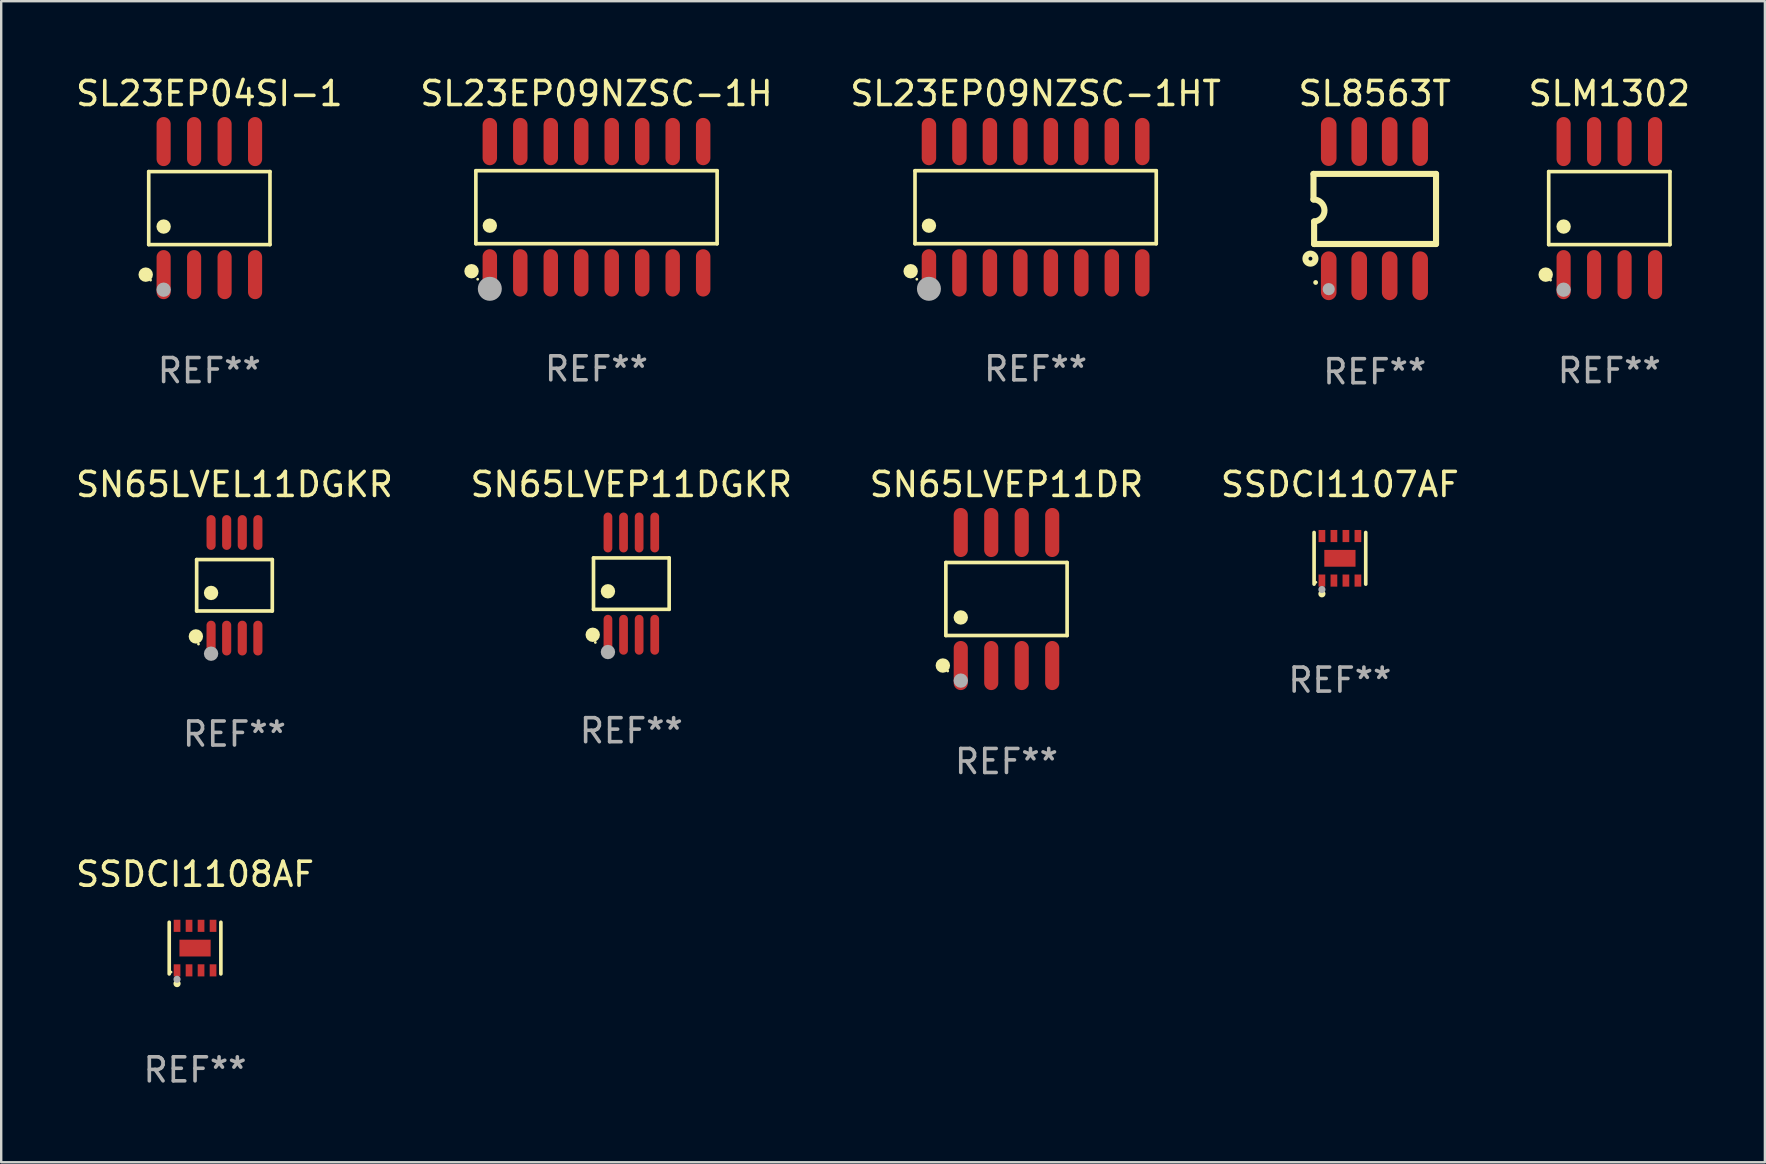
<source format=kicad_pcb>
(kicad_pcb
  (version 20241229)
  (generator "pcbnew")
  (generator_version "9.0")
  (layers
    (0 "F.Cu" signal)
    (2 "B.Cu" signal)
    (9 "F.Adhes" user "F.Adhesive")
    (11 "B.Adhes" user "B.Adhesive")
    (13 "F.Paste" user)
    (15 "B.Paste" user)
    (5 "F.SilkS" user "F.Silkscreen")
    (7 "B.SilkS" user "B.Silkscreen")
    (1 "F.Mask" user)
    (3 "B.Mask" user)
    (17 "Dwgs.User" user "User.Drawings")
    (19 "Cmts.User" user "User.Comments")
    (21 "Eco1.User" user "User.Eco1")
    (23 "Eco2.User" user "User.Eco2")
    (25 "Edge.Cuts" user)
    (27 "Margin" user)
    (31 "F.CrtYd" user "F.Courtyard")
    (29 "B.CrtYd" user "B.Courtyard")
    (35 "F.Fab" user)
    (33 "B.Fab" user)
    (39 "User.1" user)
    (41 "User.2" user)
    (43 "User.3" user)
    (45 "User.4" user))
  (footprint "SL8563T"
    (layer "F.Cu")
    (at 54.232 5.644)
    (property "Reference" "SL8563T" (at 0 -4.796 0) (layer "F.SilkS") (effects (font (size 1 1) (thickness 0.15))))
    (attr through_hole)
    (fp_line (start -2.553 -1.448) (end 2.553 -1.448) (stroke (width 0.254) (type solid)) (layer "F.SilkS"))
    (fp_line (start -2.553 -0.382) (end -2.553 -1.448) (stroke (width 0.254) (type solid)) (layer "F.SilkS"))
    (fp_line (start -2.527 1.473) (end -2.527 0.533) (stroke (width 0.254) (type solid)) (layer "F.SilkS"))
    (fp_line (start -2.502 1.473) (end -2.527 1.473) (stroke (width 0.254) (type solid)) (layer "F.SilkS"))
    (fp_line (start 2.553 -1.448) (end 2.553 1.473) (stroke (width 0.254) (type solid)) (layer "F.SilkS"))
    (fp_line (start 2.553 1.473) (end -2.502 1.473) (stroke (width 0.254) (type solid)) (layer "F.SilkS"))
    (fp_arc (start -2.552705 -0.381966) (mid -2.094969 0.063238) (end -2.527305 0.533147) (stroke (width 0.254001) (type solid)) (layer "F.SilkS"))
    (fp_circle (center -2.68 2.083) (end -2.599 2.083) (stroke (width 0.254) (type solid)) (fill no) (layer "F.SilkS"))
    (fp_circle (center -2.463 3.076) (end -2.413 3.076) (stroke (width 0.1) (type solid)) (fill no) (layer "F.SilkS"))
    (fp_circle (center -1.918 3.353) (end -1.791 3.353) (stroke (width 0.254) (type solid)) (fill no) (layer "F.Fab"))
    (fp_text user "REF**" (at 0 6.796 0) (layer "F.Fab") (effects (font (size 1 1) (thickness 0.15))))
    (pad "1" smd oval (at -1.918 2.796) (size 0.65 2.032) (layers "F.Cu" "F.Mask" "F.Paste"))
    (pad "2" smd oval (at -0.648 2.796) (size 0.65 2.032) (layers "F.Cu" "F.Mask" "F.Paste"))
    (pad "3" smd oval (at 0.622 2.796) (size 0.65 2.032) (layers "F.Cu" "F.Mask" "F.Paste"))
    (pad "4" smd oval (at 1.892 2.796) (size 0.65 2.032) (layers "F.Cu" "F.Mask" "F.Paste"))
    (pad "5" smd oval (at 1.892 -2.796) (size 0.65 2.032) (layers "F.Cu" "F.Mask" "F.Paste"))
    (pad "6" smd oval (at 0.622 -2.796) (size 0.65 2.032) (layers "F.Cu" "F.Mask" "F.Paste"))
    (pad "7" smd oval (at -0.648 -2.796) (size 0.65 2.032) (layers "F.Cu" "F.Mask" "F.Paste"))
    (pad "8" smd oval (at -1.918 -2.796) (size 0.65 2.032) (layers "F.Cu" "F.Mask" "F.Paste")))
  (footprint "SSDCI1107AF"
    (layer "F.Cu")
    (at 52.78 20.213)
    (property "Reference" "SSDCI1107AF" (at 0 -3.076 0) (layer "F.SilkS") (effects (font (size 1 1) (thickness 0.15))))
    (attr through_hole)
    (fp_line (start -1.076 1.076) (end -1.076 -1.076) (stroke (width 0.152) (type solid)) (layer "F.SilkS"))
    (fp_line (start 1.076 1.076) (end 1.076 -1.076) (stroke (width 0.152) (type solid)) (layer "F.SilkS"))
    (fp_circle (center -1 1) (end -0.97 1) (stroke (width 0.06) (type solid)) (fill no) (layer "F.SilkS"))
    (fp_circle (center -0.75 1.48) (end -0.675 1.48) (stroke (width 0.15) (type solid)) (fill no) (layer "F.SilkS"))
    (fp_circle (center -0.75 1.3) (end -0.675 1.3) (stroke (width 0.15) (type solid)) (fill no) (layer "F.Fab"))
    (fp_text user "REF**" (at 0 5.076 0) (layer "F.Fab") (effects (font (size 1 1) (thickness 0.15))))
    (pad "1" smd rect (at -0.75 0.928) (size 0.28 0.505) (layers "F.Cu" "F.Mask" "F.Paste"))
    (pad "2" smd rect (at -0.25 0.928) (size 0.28 0.505) (layers "F.Cu" "F.Mask" "F.Paste"))
    (pad "3" smd rect (at 0.25 0.928) (size 0.28 0.505) (layers "F.Cu" "F.Mask" "F.Paste"))
    (pad "4" smd rect (at 0.75 0.928) (size 0.28 0.505) (layers "F.Cu" "F.Mask" "F.Paste"))
    (pad "5" smd rect (at 0.75 -0.928) (size 0.28 0.505) (layers "F.Cu" "F.Mask" "F.Paste"))
    (pad "6" smd rect (at 0.25 -0.928) (size 0.28 0.505) (layers "F.Cu" "F.Mask" "F.Paste"))
    (pad "7" smd rect (at -0.25 -0.928) (size 0.28 0.505) (layers "F.Cu" "F.Mask" "F.Paste"))
    (pad "8" smd rect (at -0.75 -0.928) (size 0.28 0.505) (layers "F.Cu" "F.Mask" "F.Paste"))
    (pad "9" smd rect (at 0 0) (size 1.3 0.7) (layers "F.Cu" "F.Mask" "F.Paste")))
  (footprint "SN65LVEP11DR"
    (layer "F.Cu")
    (at 38.887 21.909)
    (property "Reference" "SN65LVEP11DR" (at 0 -4.772 0) (layer "F.SilkS") (effects (font (size 1 1) (thickness 0.15))))
    (attr through_hole)
    (fp_line (start -2.526 -1.521) (end 2.526 -1.521) (stroke (width 0.152) (type solid)) (layer "F.SilkS"))
    (fp_line (start -2.526 1.521) (end -2.526 -1.521) (stroke (width 0.152) (type solid)) (layer "F.SilkS"))
    (fp_line (start 2.526 -1.521) (end 2.526 1.521) (stroke (width 0.152) (type solid)) (layer "F.SilkS"))
    (fp_line (start 2.526 1.521) (end -2.526 1.521) (stroke (width 0.152) (type solid)) (layer "F.SilkS"))
    (fp_circle (center -2.652 2.772) (end -2.501 2.772) (stroke (width 0.3) (type solid)) (fill no) (layer "F.SilkS"))
    (fp_circle (center -2.45 3) (end -2.42 3) (stroke (width 0.06) (type solid)) (fill no) (layer "F.SilkS"))
    (fp_circle (center -1.905 0.769) (end -1.755 0.769) (stroke (width 0.3) (type solid)) (fill no) (layer "F.SilkS"))
    (fp_circle (center -1.905 3.4) (end -1.755 3.4) (stroke (width 0.3) (type solid)) (fill no) (layer "F.Fab"))
    (fp_text user "REF**" (at 0 6.772 0) (layer "F.Fab") (effects (font (size 1 1) (thickness 0.15))))
    (pad "1" smd oval (at -1.905 2.772) (size 0.588 2.045) (layers "F.Cu" "F.Mask" "F.Paste"))
    (pad "2" smd oval (at -0.635 2.772) (size 0.588 2.045) (layers "F.Cu" "F.Mask" "F.Paste"))
    (pad "3" smd oval (at 0.635 2.772) (size 0.588 2.045) (layers "F.Cu" "F.Mask" "F.Paste"))
    (pad "4" smd oval (at 1.905 2.772) (size 0.588 2.045) (layers "F.Cu" "F.Mask" "F.Paste"))
    (pad "5" smd oval (at 1.905 -2.772) (size 0.588 2.045) (layers "F.Cu" "F.Mask" "F.Paste"))
    (pad "6" smd oval (at 0.635 -2.772) (size 0.588 2.045) (layers "F.Cu" "F.Mask" "F.Paste"))
    (pad "7" smd oval (at -0.635 -2.772) (size 0.588 2.045) (layers "F.Cu" "F.Mask" "F.Paste"))
    (pad "8" smd oval (at -1.905 -2.772) (size 0.588 2.045) (layers "F.Cu" "F.Mask" "F.Paste")))
  (footprint "SL23EP09NZSC-1HT"
    (layer "F.Cu")
    (at 40.101 5.584)
    (property "Reference" "SL23EP09NZSC-1HT" (at 0 -4.736 0) (layer "F.SilkS") (effects (font (size 1 1) (thickness 0.15))))
    (attr through_hole)
    (fp_line (start -5.026 -1.521) (end 5.026 -1.521) (stroke (width 0.152) (type solid)) (layer "F.SilkS"))
    (fp_line (start -5.026 1.521) (end -5.026 -1.521) (stroke (width 0.152) (type solid)) (layer "F.SilkS"))
    (fp_line (start 5.026 -1.521) (end 5.026 1.521) (stroke (width 0.152) (type solid)) (layer "F.SilkS"))
    (fp_line (start 5.026 1.521) (end -5.026 1.521) (stroke (width 0.152) (type solid)) (layer "F.SilkS"))
    (fp_circle (center -5.207 2.667) (end -5.057 2.667) (stroke (width 0.3) (type solid)) (fill no) (layer "F.SilkS"))
    (fp_circle (center -4.95 3) (end -4.92 3) (stroke (width 0.06) (type solid)) (fill no) (layer "F.SilkS"))
    (fp_circle (center -4.445 0.769) (end -4.295 0.769) (stroke (width 0.3) (type solid)) (fill no) (layer "F.SilkS"))
    (fp_circle (center -4.445 3.4) (end -4.195 3.4) (stroke (width 0.5) (type solid)) (fill no) (layer "F.Fab"))
    (fp_text user "REF**" (at 0 6.736 0) (layer "F.Fab") (effects (font (size 1 1) (thickness 0.15))))
    (pad "1" smd oval (at -4.445 2.736) (size 0.602 1.971) (layers "F.Cu" "F.Mask" "F.Paste"))
    (pad "2" smd oval (at -3.175 2.736) (size 0.602 1.971) (layers "F.Cu" "F.Mask" "F.Paste"))
    (pad "3" smd oval (at -1.905 2.736) (size 0.602 1.971) (layers "F.Cu" "F.Mask" "F.Paste"))
    (pad "4" smd oval (at -0.635 2.736) (size 0.602 1.971) (layers "F.Cu" "F.Mask" "F.Paste"))
    (pad "5" smd oval (at 0.635 2.736) (size 0.602 1.971) (layers "F.Cu" "F.Mask" "F.Paste"))
    (pad "6" smd oval (at 1.905 2.736) (size 0.602 1.971) (layers "F.Cu" "F.Mask" "F.Paste"))
    (pad "7" smd oval (at 3.175 2.736) (size 0.602 1.971) (layers "F.Cu" "F.Mask" "F.Paste"))
    (pad "8" smd oval (at 4.445 2.736) (size 0.602 1.971) (layers "F.Cu" "F.Mask" "F.Paste"))
    (pad "9" smd oval (at 4.445 -2.736) (size 0.602 1.971) (layers "F.Cu" "F.Mask" "F.Paste"))
    (pad "10" smd oval (at 3.175 -2.736) (size 0.602 1.971) (layers "F.Cu" "F.Mask" "F.Paste"))
    (pad "11" smd oval (at 1.905 -2.736) (size 0.602 1.971) (layers "F.Cu" "F.Mask" "F.Paste"))
    (pad "12" smd oval (at 0.635 -2.736) (size 0.602 1.971) (layers "F.Cu" "F.Mask" "F.Paste"))
    (pad "13" smd oval (at -0.635 -2.736) (size 0.602 1.971) (layers "F.Cu" "F.Mask" "F.Paste"))
    (pad "14" smd oval (at -1.905 -2.736) (size 0.602 1.971) (layers "F.Cu" "F.Mask" "F.Paste"))
    (pad "15" smd oval (at -3.175 -2.736) (size 0.602 1.971) (layers "F.Cu" "F.Mask" "F.Paste"))
    (pad "16" smd oval (at -4.445 -2.736) (size 0.602 1.971) (layers "F.Cu" "F.Mask" "F.Paste")))
  (footprint "SLM1302"
    (layer "F.Cu")
    (at 64.006 5.621)
    (property "Reference" "SLM1302" (at 0 -4.772 0) (layer "F.SilkS") (effects (font (size 1 1) (thickness 0.15))))
    (attr through_hole)
    (fp_line (start -2.526 -1.521) (end 2.526 -1.521) (stroke (width 0.152) (type solid)) (layer "F.SilkS"))
    (fp_line (start -2.526 1.521) (end -2.526 -1.521) (stroke (width 0.152) (type solid)) (layer "F.SilkS"))
    (fp_line (start 2.526 -1.521) (end 2.526 1.521) (stroke (width 0.152) (type solid)) (layer "F.SilkS"))
    (fp_line (start 2.526 1.521) (end -2.526 1.521) (stroke (width 0.152) (type solid)) (layer "F.SilkS"))
    (fp_circle (center -2.652 2.772) (end -2.501 2.772) (stroke (width 0.3) (type solid)) (fill no) (layer "F.SilkS"))
    (fp_circle (center -2.45 3) (end -2.42 3) (stroke (width 0.06) (type solid)) (fill no) (layer "F.SilkS"))
    (fp_circle (center -1.905 0.769) (end -1.755 0.769) (stroke (width 0.3) (type solid)) (fill no) (layer "F.SilkS"))
    (fp_circle (center -1.905 3.4) (end -1.755 3.4) (stroke (width 0.3) (type solid)) (fill no) (layer "F.Fab"))
    (fp_text user "REF**" (at 0 6.772 0) (layer "F.Fab") (effects (font (size 1 1) (thickness 0.15))))
    (pad "1" smd oval (at -1.905 2.772) (size 0.588 2.045) (layers "F.Cu" "F.Mask" "F.Paste"))
    (pad "2" smd oval (at -0.635 2.772) (size 0.588 2.045) (layers "F.Cu" "F.Mask" "F.Paste"))
    (pad "3" smd oval (at 0.635 2.772) (size 0.588 2.045) (layers "F.Cu" "F.Mask" "F.Paste"))
    (pad "4" smd oval (at 1.905 2.772) (size 0.588 2.045) (layers "F.Cu" "F.Mask" "F.Paste"))
    (pad "5" smd oval (at 1.905 -2.772) (size 0.588 2.045) (layers "F.Cu" "F.Mask" "F.Paste"))
    (pad "6" smd oval (at 0.635 -2.772) (size 0.588 2.045) (layers "F.Cu" "F.Mask" "F.Paste"))
    (pad "7" smd oval (at -0.635 -2.772) (size 0.588 2.045) (layers "F.Cu" "F.Mask" "F.Paste"))
    (pad "8" smd oval (at -1.905 -2.772) (size 0.588 2.045) (layers "F.Cu" "F.Mask" "F.Paste")))
  (footprint "SL23EP04SI-1"
    (layer "F.Cu")
    (at 5.673 5.621)
    (property "Reference" "SL23EP04SI-1" (at 0 -4.772 0) (layer "F.SilkS") (effects (font (size 1 1) (thickness 0.15))))
    (attr through_hole)
    (fp_line (start -2.526 -1.521) (end 2.526 -1.521) (stroke (width 0.152) (type solid)) (layer "F.SilkS"))
    (fp_line (start -2.526 1.521) (end -2.526 -1.521) (stroke (width 0.152) (type solid)) (layer "F.SilkS"))
    (fp_line (start 2.526 -1.521) (end 2.526 1.521) (stroke (width 0.152) (type solid)) (layer "F.SilkS"))
    (fp_line (start 2.526 1.521) (end -2.526 1.521) (stroke (width 0.152) (type solid)) (layer "F.SilkS"))
    (fp_circle (center -2.652 2.772) (end -2.501 2.772) (stroke (width 0.3) (type solid)) (fill no) (layer "F.SilkS"))
    (fp_circle (center -2.45 3) (end -2.42 3) (stroke (width 0.06) (type solid)) (fill no) (layer "F.SilkS"))
    (fp_circle (center -1.905 0.769) (end -1.755 0.769) (stroke (width 0.3) (type solid)) (fill no) (layer "F.SilkS"))
    (fp_circle (center -1.905 3.4) (end -1.755 3.4) (stroke (width 0.3) (type solid)) (fill no) (layer "F.Fab"))
    (fp_text user "REF**" (at 0 6.772 0) (layer "F.Fab") (effects (font (size 1 1) (thickness 0.15))))
    (pad "1" smd oval (at -1.905 2.772) (size 0.588 2.045) (layers "F.Cu" "F.Mask" "F.Paste"))
    (pad "2" smd oval (at -0.635 2.772) (size 0.588 2.045) (layers "F.Cu" "F.Mask" "F.Paste"))
    (pad "3" smd oval (at 0.635 2.772) (size 0.588 2.045) (layers "F.Cu" "F.Mask" "F.Paste"))
    (pad "4" smd oval (at 1.905 2.772) (size 0.588 2.045) (layers "F.Cu" "F.Mask" "F.Paste"))
    (pad "5" smd oval (at 1.905 -2.772) (size 0.588 2.045) (layers "F.Cu" "F.Mask" "F.Paste"))
    (pad "6" smd oval (at 0.635 -2.772) (size 0.588 2.045) (layers "F.Cu" "F.Mask" "F.Paste"))
    (pad "7" smd oval (at -0.635 -2.772) (size 0.588 2.045) (layers "F.Cu" "F.Mask" "F.Paste"))
    (pad "8" smd oval (at -1.905 -2.772) (size 0.588 2.045) (layers "F.Cu" "F.Mask" "F.Paste")))
  (footprint "SN65LVEP11DGKR"
    (layer "F.Cu")
    (at 23.256 21.268)
    (property "Reference" "SN65LVEP11DGKR" (at 0 -4.131 0) (layer "F.SilkS") (effects (font (size 1 1) (thickness 0.15))))
    (attr through_hole)
    (fp_line (start -1.576 -1.071) (end 1.576 -1.071) (stroke (width 0.152) (type solid)) (layer "F.SilkS"))
    (fp_line (start -1.576 1.071) (end -1.576 -1.071) (stroke (width 0.152) (type solid)) (layer "F.SilkS"))
    (fp_line (start 1.576 -1.071) (end 1.576 1.071) (stroke (width 0.152) (type solid)) (layer "F.SilkS"))
    (fp_line (start 1.576 1.071) (end -1.576 1.071) (stroke (width 0.152) (type solid)) (layer "F.SilkS"))
    (fp_circle (center -1.609 2.131) (end -1.459 2.131) (stroke (width 0.3) (type solid)) (fill no) (layer "F.SilkS"))
    (fp_circle (center -1.5 2.45) (end -1.47 2.45) (stroke (width 0.06) (type solid)) (fill no) (layer "F.SilkS"))
    (fp_circle (center -0.975 0.319) (end -0.825 0.319) (stroke (width 0.3) (type solid)) (fill no) (layer "F.SilkS"))
    (fp_circle (center -0.975 2.85) (end -0.825 2.85) (stroke (width 0.3) (type solid)) (fill no) (layer "F.Fab"))
    (fp_text user "REF**" (at 0 6.131 0) (layer "F.Fab") (effects (font (size 1 1) (thickness 0.15))))
    (pad "1" smd oval (at -0.975 2.131) (size 0.364 1.662) (layers "F.Cu" "F.Mask" "F.Paste"))
    (pad "2" smd oval (at -0.325 2.131) (size 0.364 1.662) (layers "F.Cu" "F.Mask" "F.Paste"))
    (pad "3" smd oval (at 0.325 2.131) (size 0.364 1.662) (layers "F.Cu" "F.Mask" "F.Paste"))
    (pad "4" smd oval (at 0.975 2.131) (size 0.364 1.662) (layers "F.Cu" "F.Mask" "F.Paste"))
    (pad "5" smd oval (at 0.975 -2.131) (size 0.364 1.662) (layers "F.Cu" "F.Mask" "F.Paste"))
    (pad "6" smd oval (at 0.325 -2.131) (size 0.364 1.662) (layers "F.Cu" "F.Mask" "F.Paste"))
    (pad "7" smd oval (at -0.325 -2.131) (size 0.364 1.662) (layers "F.Cu" "F.Mask" "F.Paste"))
    (pad "8" smd oval (at -0.975 -2.131) (size 0.364 1.662) (layers "F.Cu" "F.Mask" "F.Paste")))
  (footprint "SSDCI1108AF"
    (layer "F.Cu")
    (at 5.077 36.454)
    (property "Reference" "SSDCI1108AF" (at 0 -3.076 0) (layer "F.SilkS") (effects (font (size 1 1) (thickness 0.15))))
    (attr through_hole)
    (fp_line (start -1.076 1.076) (end -1.076 -1.076) (stroke (width 0.152) (type solid)) (layer "F.SilkS"))
    (fp_line (start 1.076 1.076) (end 1.076 -1.076) (stroke (width 0.152) (type solid)) (layer "F.SilkS"))
    (fp_circle (center -1 1) (end -0.97 1) (stroke (width 0.06) (type solid)) (fill no) (layer "F.SilkS"))
    (fp_circle (center -0.75 1.48) (end -0.675 1.48) (stroke (width 0.15) (type solid)) (fill no) (layer "F.SilkS"))
    (fp_circle (center -0.75 1.3) (end -0.675 1.3) (stroke (width 0.15) (type solid)) (fill no) (layer "F.Fab"))
    (fp_text user "REF**" (at 0 5.076 0) (layer "F.Fab") (effects (font (size 1 1) (thickness 0.15))))
    (pad "1" smd rect (at -0.75 0.928) (size 0.28 0.505) (layers "F.Cu" "F.Mask" "F.Paste"))
    (pad "2" smd rect (at -0.25 0.928) (size 0.28 0.505) (layers "F.Cu" "F.Mask" "F.Paste"))
    (pad "3" smd rect (at 0.25 0.928) (size 0.28 0.505) (layers "F.Cu" "F.Mask" "F.Paste"))
    (pad "4" smd rect (at 0.75 0.928) (size 0.28 0.505) (layers "F.Cu" "F.Mask" "F.Paste"))
    (pad "5" smd rect (at 0.75 -0.928) (size 0.28 0.505) (layers "F.Cu" "F.Mask" "F.Paste"))
    (pad "6" smd rect (at 0.25 -0.928) (size 0.28 0.505) (layers "F.Cu" "F.Mask" "F.Paste"))
    (pad "7" smd rect (at -0.25 -0.928) (size 0.28 0.505) (layers "F.Cu" "F.Mask" "F.Paste"))
    (pad "8" smd rect (at -0.75 -0.928) (size 0.28 0.505) (layers "F.Cu" "F.Mask" "F.Paste"))
    (pad "9" smd rect (at 0 0) (size 1.3 0.7) (layers "F.Cu" "F.Mask" "F.Paste")))
  (footprint "SN65LVEL11DGKR"
    (layer "F.Cu")
    (at 6.72 21.337)
    (property "Reference" "SN65LVEL11DGKR" (at 0 -4.2 0) (layer "F.SilkS") (effects (font (size 1 1) (thickness 0.15))))
    (attr through_hole)
    (fp_line (start -1.576 -1.071) (end 1.576 -1.071) (stroke (width 0.152) (type solid)) (layer "F.SilkS"))
    (fp_line (start -1.576 1.071) (end -1.576 -1.071) (stroke (width 0.152) (type solid)) (layer "F.SilkS"))
    (fp_line (start 1.576 -1.071) (end 1.576 1.071) (stroke (width 0.152) (type solid)) (layer "F.SilkS"))
    (fp_line (start 1.576 1.071) (end -1.576 1.071) (stroke (width 0.152) (type solid)) (layer "F.SilkS"))
    (fp_circle (center -1.609 2.131) (end -1.459 2.131) (stroke (width 0.3) (type solid)) (fill no) (layer "F.SilkS"))
    (fp_circle (center -1.5 2.45) (end -1.47 2.45) (stroke (width 0.06) (type solid)) (fill no) (layer "F.SilkS"))
    (fp_circle (center -0.975 0.319) (end -0.825 0.319) (stroke (width 0.3) (type solid)) (fill no) (layer "F.SilkS"))
    (fp_circle (center -0.975 2.85) (end -0.825 2.85) (stroke (width 0.3) (type solid)) (fill no) (layer "F.Fab"))
    (fp_text user "REF**" (at 0 6.2 0) (layer "F.Fab") (effects (font (size 1 1) (thickness 0.15))))
    (pad "1" smd oval (at -0.975 2.2) (size 0.38 1.45) (layers "F.Cu" "F.Mask" "F.Paste"))
    (pad "2" smd oval (at -0.325 2.2) (size 0.38 1.45) (layers "F.Cu" "F.Mask" "F.Paste"))
    (pad "3" smd oval (at 0.325 2.2) (size 0.38 1.45) (layers "F.Cu" "F.Mask" "F.Paste"))
    (pad "4" smd oval (at 0.975 2.2) (size 0.38 1.45) (layers "F.Cu" "F.Mask" "F.Paste"))
    (pad "5" smd oval (at 0.975 -2.2) (size 0.38 1.45) (layers "F.Cu" "F.Mask" "F.Paste"))
    (pad "6" smd oval (at 0.325 -2.2) (size 0.38 1.45) (layers "F.Cu" "F.Mask" "F.Paste"))
    (pad "7" smd oval (at -0.325 -2.2) (size 0.38 1.45) (layers "F.Cu" "F.Mask" "F.Paste"))
    (pad "8" smd oval (at -0.975 -2.2) (size 0.38 1.45) (layers "F.Cu" "F.Mask" "F.Paste")))
  (footprint "SL23EP09NZSC-1H"
    (layer "F.Cu")
    (at 21.804 5.584)
    (property "Reference" "SL23EP09NZSC-1H" (at 0 -4.736 0) (layer "F.SilkS") (effects (font (size 1 1) (thickness 0.15))))
    (attr through_hole)
    (fp_line (start -5.026 -1.521) (end 5.026 -1.521) (stroke (width 0.152) (type solid)) (layer "F.SilkS"))
    (fp_line (start -5.026 1.521) (end -5.026 -1.521) (stroke (width 0.152) (type solid)) (layer "F.SilkS"))
    (fp_line (start 5.026 -1.521) (end 5.026 1.521) (stroke (width 0.152) (type solid)) (layer "F.SilkS"))
    (fp_line (start 5.026 1.521) (end -5.026 1.521) (stroke (width 0.152) (type solid)) (layer "F.SilkS"))
    (fp_circle (center -5.207 2.667) (end -5.057 2.667) (stroke (width 0.3) (type solid)) (fill no) (layer "F.SilkS"))
    (fp_circle (center -4.95 3) (end -4.92 3) (stroke (width 0.06) (type solid)) (fill no) (layer "F.SilkS"))
    (fp_circle (center -4.445 0.769) (end -4.295 0.769) (stroke (width 0.3) (type solid)) (fill no) (layer "F.SilkS"))
    (fp_circle (center -4.445 3.4) (end -4.195 3.4) (stroke (width 0.5) (type solid)) (fill no) (layer "F.Fab"))
    (fp_text user "REF**" (at 0 6.736 0) (layer "F.Fab") (effects (font (size 1 1) (thickness 0.15))))
    (pad "1" smd oval (at -4.445 2.736) (size 0.602 1.971) (layers "F.Cu" "F.Mask" "F.Paste"))
    (pad "2" smd oval (at -3.175 2.736) (size 0.602 1.971) (layers "F.Cu" "F.Mask" "F.Paste"))
    (pad "3" smd oval (at -1.905 2.736) (size 0.602 1.971) (layers "F.Cu" "F.Mask" "F.Paste"))
    (pad "4" smd oval (at -0.635 2.736) (size 0.602 1.971) (layers "F.Cu" "F.Mask" "F.Paste"))
    (pad "5" smd oval (at 0.635 2.736) (size 0.602 1.971) (layers "F.Cu" "F.Mask" "F.Paste"))
    (pad "6" smd oval (at 1.905 2.736) (size 0.602 1.971) (layers "F.Cu" "F.Mask" "F.Paste"))
    (pad "7" smd oval (at 3.175 2.736) (size 0.602 1.971) (layers "F.Cu" "F.Mask" "F.Paste"))
    (pad "8" smd oval (at 4.445 2.736) (size 0.602 1.971) (layers "F.Cu" "F.Mask" "F.Paste"))
    (pad "9" smd oval (at 4.445 -2.736) (size 0.602 1.971) (layers "F.Cu" "F.Mask" "F.Paste"))
    (pad "10" smd oval (at 3.175 -2.736) (size 0.602 1.971) (layers "F.Cu" "F.Mask" "F.Paste"))
    (pad "11" smd oval (at 1.905 -2.736) (size 0.602 1.971) (layers "F.Cu" "F.Mask" "F.Paste"))
    (pad "12" smd oval (at 0.635 -2.736) (size 0.602 1.971) (layers "F.Cu" "F.Mask" "F.Paste"))
    (pad "13" smd oval (at -0.635 -2.736) (size 0.602 1.971) (layers "F.Cu" "F.Mask" "F.Paste"))
    (pad "14" smd oval (at -1.905 -2.736) (size 0.602 1.971) (layers "F.Cu" "F.Mask" "F.Paste"))
    (pad "15" smd oval (at -3.175 -2.736) (size 0.602 1.971) (layers "F.Cu" "F.Mask" "F.Paste"))
    (pad "16" smd oval (at -4.445 -2.736) (size 0.602 1.971) (layers "F.Cu" "F.Mask" "F.Paste")))
  (gr_rect
    (start -3 -3)
    (end 70.488 45.379)
    (stroke (width 0.1) (type default))
    (fill no)
    (layer "Edge.Cuts")))
</source>
